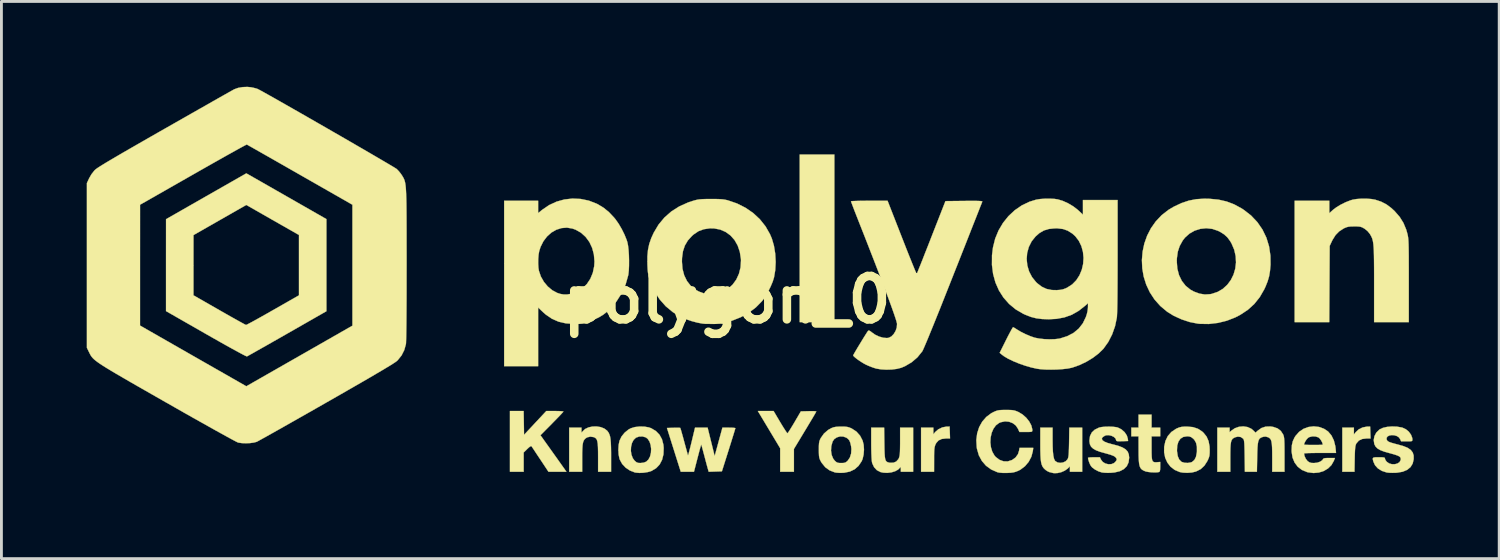
<source format=kicad_pcb>
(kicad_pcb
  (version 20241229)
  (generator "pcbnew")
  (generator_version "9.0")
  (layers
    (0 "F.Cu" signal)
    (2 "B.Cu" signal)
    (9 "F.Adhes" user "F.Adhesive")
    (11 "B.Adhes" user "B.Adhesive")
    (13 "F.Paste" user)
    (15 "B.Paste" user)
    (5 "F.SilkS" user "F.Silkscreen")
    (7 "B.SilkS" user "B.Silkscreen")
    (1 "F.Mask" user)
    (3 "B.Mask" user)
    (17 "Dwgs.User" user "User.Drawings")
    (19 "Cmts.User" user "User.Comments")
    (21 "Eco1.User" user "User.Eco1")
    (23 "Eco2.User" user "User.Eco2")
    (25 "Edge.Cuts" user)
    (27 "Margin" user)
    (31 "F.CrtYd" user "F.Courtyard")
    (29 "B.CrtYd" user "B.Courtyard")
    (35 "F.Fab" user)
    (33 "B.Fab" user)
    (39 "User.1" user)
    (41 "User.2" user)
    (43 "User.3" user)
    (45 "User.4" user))
  (footprint "polygon_00"
    (layer "F.Cu")
    (at 23.233 7.487)
    (property "Reference" "polygon_00" (at 0 0 0) (layer "F.SilkS") (effects (font (size 1.524 1.524) (thickness 0.3))))
    (attr through_hole)
    (fp_poly (pts (xy 3.048 0.787) (xy 1.829 0.787) (xy 1.829 -5.105) (xy 3.048 -5.105) (xy 3.048 0.787)) (stroke (width 0.01) (type solid)) (fill yes) (layer "F.SilkS"))
    (fp_poly (pts (xy 7.114 4.877) (xy 6.967 4.877) (xy 6.822 4.894) (xy 6.712 4.945) (xy 6.63 5.035) (xy 6.603 5.087) (xy 6.585 5.134) (xy 6.571 5.188) (xy 6.562 5.258) (xy 6.557 5.352) (xy 6.554 5.48) (xy 6.554 5.62) (xy 6.553 6.045) (xy 6.096 6.045) (xy 6.096 4.496) (xy 6.528 4.496) (xy 6.528 4.728) (xy 6.594 4.649) (xy 6.706 4.552) (xy 6.844 4.487) (xy 6.983 4.461) (xy 7.099 4.458) (xy 7.114 4.877)) (stroke (width 0.01) (type solid)) (fill yes) (layer "F.SilkS"))
    (fp_poly (pts (xy 21.897 4.877) (xy 21.75 4.877) (xy 21.602 4.895) (xy 21.488 4.949) (xy 21.405 5.042) (xy 21.394 5.06) (xy 21.377 5.099) (xy 21.364 5.15) (xy 21.355 5.221) (xy 21.348 5.319) (xy 21.343 5.454) (xy 21.34 5.594) (xy 21.332 6.045) (xy 20.904 6.045) (xy 20.904 4.496) (xy 21.311 4.496) (xy 21.311 4.616) (xy 21.311 4.737) (xy 21.377 4.654) (xy 21.482 4.557) (xy 21.616 4.49) (xy 21.76 4.462) (xy 21.766 4.461) (xy 21.882 4.458) (xy 21.897 4.877)) (stroke (width 0.01) (type solid)) (fill yes) (layer "F.SilkS"))
    (fp_poly (pts (xy 1.145 4.306) (xy 1.221 4.432) (xy 1.289 4.54) (xy 1.344 4.625) (xy 1.383 4.678) (xy 1.401 4.694) (xy 1.42 4.67) (xy 1.461 4.61) (xy 1.517 4.52) (xy 1.586 4.408) (xy 1.647 4.305) (xy 1.87 3.924) (xy 2.142 3.917) (xy 2.252 3.916) (xy 2.341 3.917) (xy 2.398 3.922) (xy 2.413 3.927) (xy 2.4 3.952) (xy 2.365 4.015) (xy 2.309 4.111) (xy 2.236 4.233) (xy 2.15 4.377) (xy 2.054 4.537) (xy 2.019 4.595) (xy 1.626 5.246) (xy 1.626 6.045) (xy 1.143 6.045) (xy 1.143 5.632) (xy 1.143 5.22) (xy 0.358 3.912) (xy 0.912 3.912) (xy 1.145 4.306)) (stroke (width 0.01) (type solid)) (fill yes) (layer "F.SilkS"))
    (fp_poly (pts (xy 14.199 4.496) (xy 14.503 4.496) (xy 14.503 4.801) (xy 14.199 4.801) (xy 14.199 5.218) (xy 14.2 5.39) (xy 14.204 5.518) (xy 14.214 5.608) (xy 14.233 5.666) (xy 14.263 5.699) (xy 14.306 5.712) (xy 14.365 5.713) (xy 14.393 5.711) (xy 14.503 5.702) (xy 14.503 5.871) (xy 14.5 5.968) (xy 14.49 6.025) (xy 14.47 6.052) (xy 14.463 6.055) (xy 14.4 6.067) (xy 14.305 6.07) (xy 14.195 6.066) (xy 14.089 6.055) (xy 14.005 6.039) (xy 13.987 6.034) (xy 13.913 6.003) (xy 13.855 5.967) (xy 13.812 5.919) (xy 13.781 5.852) (xy 13.761 5.76) (xy 13.749 5.636) (xy 13.743 5.475) (xy 13.742 5.27) (xy 13.742 5.264) (xy 13.741 4.801) (xy 13.487 4.801) (xy 13.487 4.496) (xy 13.741 4.496) (xy 13.741 4.039) (xy 14.199 4.039) (xy 14.199 4.496)) (stroke (width 0.01) (type solid)) (fill yes) (layer "F.SilkS"))
    (fp_poly (pts (xy -7.868 4.33) (xy -7.861 4.749) (xy -7.47 4.33) (xy -7.079 3.912) (xy -6.778 3.912) (xy -6.661 3.913) (xy -6.566 3.917) (xy -6.501 3.923) (xy -6.477 3.93) (xy -6.477 3.93) (xy -6.494 3.953) (xy -6.542 4.006) (xy -6.616 4.085) (xy -6.711 4.183) (xy -6.821 4.295) (xy -6.88 4.356) (xy -7.284 4.763) (xy -6.931 5.258) (xy -6.825 5.407) (xy -6.722 5.551) (xy -6.629 5.682) (xy -6.551 5.792) (xy -6.494 5.872) (xy -6.475 5.899) (xy -6.372 6.045) (xy -7.003 6.045) (xy -7.292 5.61) (xy -7.381 5.477) (xy -7.46 5.358) (xy -7.525 5.259) (xy -7.573 5.188) (xy -7.598 5.15) (xy -7.6 5.147) (xy -7.627 5.147) (xy -7.682 5.185) (xy -7.746 5.244) (xy -7.874 5.37) (xy -7.874 6.045) (xy -8.357 6.045) (xy -8.357 3.912) (xy -7.875 3.912) (xy -7.868 4.33)) (stroke (width 0.01) (type solid)) (fill yes) (layer "F.SilkS"))
    (fp_poly (pts (xy -5.168 4.477) (xy -5.04 4.527) (xy -4.94 4.603) (xy -4.93 4.615) (xy -4.891 4.669) (xy -4.861 4.731) (xy -4.837 4.806) (xy -4.821 4.902) (xy -4.81 5.025) (xy -4.804 5.182) (xy -4.801 5.38) (xy -4.801 5.5) (xy -4.801 6.045) (xy -5.258 6.045) (xy -5.258 5.536) (xy -5.259 5.335) (xy -5.263 5.177) (xy -5.271 5.058) (xy -5.286 4.972) (xy -5.307 4.911) (xy -5.337 4.871) (xy -5.378 4.844) (xy -5.418 4.828) (xy -5.534 4.812) (xy -5.643 4.838) (xy -5.699 4.874) (xy -5.738 4.913) (xy -5.767 4.96) (xy -5.788 5.023) (xy -5.803 5.109) (xy -5.811 5.224) (xy -5.816 5.376) (xy -5.817 5.562) (xy -5.817 6.045) (xy -6.274 6.045) (xy -6.274 4.496) (xy -5.842 4.496) (xy -5.842 4.59) (xy -5.841 4.65) (xy -5.833 4.666) (xy -5.812 4.642) (xy -5.802 4.628) (xy -5.715 4.545) (xy -5.596 4.488) (xy -5.458 4.458) (xy -5.311 4.454) (xy -5.168 4.477)) (stroke (width 0.01) (type solid)) (fill yes) (layer "F.SilkS"))
    (fp_poly (pts (xy 10.719 4.924) (xy 10.722 5.154) (xy 10.73 5.337) (xy 10.745 5.478) (xy 10.767 5.581) (xy 10.797 5.649) (xy 10.811 5.668) (xy 10.888 5.718) (xy 10.985 5.735) (xy 11.087 5.721) (xy 11.179 5.678) (xy 11.244 5.609) (xy 11.246 5.605) (xy 11.262 5.569) (xy 11.274 5.521) (xy 11.283 5.454) (xy 11.289 5.359) (xy 11.294 5.231) (xy 11.298 5.061) (xy 11.299 5.01) (xy 11.307 4.496) (xy 11.76 4.496) (xy 11.76 6.045) (xy 11.328 6.045) (xy 11.328 5.857) (xy 11.246 5.938) (xy 11.145 6.009) (xy 11.02 6.063) (xy 10.887 6.093) (xy 10.764 6.096) (xy 10.706 6.084) (xy 10.664 6.072) (xy 10.611 6.06) (xy 10.549 6.033) (xy 10.477 5.986) (xy 10.453 5.966) (xy 10.404 5.918) (xy 10.366 5.864) (xy 10.337 5.798) (xy 10.316 5.713) (xy 10.301 5.603) (xy 10.293 5.462) (xy 10.288 5.282) (xy 10.287 5.063) (xy 10.287 4.496) (xy 10.719 4.496) (xy 10.719 4.924)) (stroke (width 0.01) (type solid)) (fill yes) (layer "F.SilkS"))
    (fp_poly (pts (xy 4.806 5.052) (xy 4.809 5.25) (xy 4.814 5.403) (xy 4.822 5.517) (xy 4.835 5.599) (xy 4.855 5.655) (xy 4.883 5.69) (xy 4.921 5.712) (xy 4.971 5.725) (xy 4.993 5.73) (xy 5.116 5.731) (xy 5.219 5.69) (xy 5.295 5.608) (xy 5.311 5.579) (xy 5.328 5.535) (xy 5.34 5.486) (xy 5.349 5.421) (xy 5.354 5.333) (xy 5.357 5.214) (xy 5.359 5.056) (xy 5.359 4.985) (xy 5.359 4.496) (xy 5.817 4.496) (xy 5.817 6.045) (xy 5.385 6.045) (xy 5.384 5.95) (xy 5.381 5.893) (xy 5.372 5.88) (xy 5.358 5.899) (xy 5.289 5.971) (xy 5.183 6.029) (xy 5.053 6.068) (xy 4.91 6.086) (xy 4.768 6.079) (xy 4.669 6.057) (xy 4.543 5.992) (xy 4.445 5.887) (xy 4.381 5.752) (xy 4.37 5.709) (xy 4.362 5.647) (xy 4.355 5.543) (xy 4.349 5.408) (xy 4.345 5.251) (xy 4.343 5.082) (xy 4.343 5.041) (xy 4.343 4.496) (xy 4.798 4.496) (xy 4.806 5.052)) (stroke (width 0.01) (type solid)) (fill yes) (layer "F.SilkS"))
    (fp_poly (pts (xy -16.216 -3.639) (xy -14.808 -2.834) (xy -14.808 0.403) (xy -16.187 1.191) (xy -16.43 1.33) (xy -16.661 1.461) (xy -16.875 1.583) (xy -17.07 1.693) (xy -17.24 1.789) (xy -17.382 1.87) (xy -17.492 1.931) (xy -17.566 1.973) (xy -17.601 1.991) (xy -17.603 1.992) (xy -17.631 1.982) (xy -17.7 1.949) (xy -17.805 1.894) (xy -17.943 1.819) (xy -18.11 1.728) (xy -18.303 1.621) (xy -18.519 1.5) (xy -18.752 1.368) (xy -19 1.227) (xy -19.044 1.202) (xy -20.447 0.399) (xy -20.447 -0.156) (xy -19.482 -0.156) (xy -18.574 0.364) (xy -18.377 0.476) (xy -18.194 0.58) (xy -18.028 0.673) (xy -17.885 0.753) (xy -17.77 0.816) (xy -17.687 0.861) (xy -17.641 0.884) (xy -17.634 0.886) (xy -17.605 0.875) (xy -17.538 0.84) (xy -17.436 0.786) (xy -17.304 0.714) (xy -17.148 0.627) (xy -16.971 0.528) (xy -16.78 0.419) (xy -16.687 0.366) (xy -15.773 -0.156) (xy -15.773 -2.276) (xy -16.699 -2.804) (xy -17.625 -3.333) (xy -18.553 -2.803) (xy -19.481 -2.273) (xy -19.482 -1.215) (xy -19.482 -0.156) (xy -20.447 -0.156) (xy -20.447 -1.216) (xy -20.446 -2.832) (xy -19.035 -3.638) (xy -17.624 -4.443) (xy -16.216 -3.639)) (stroke (width 0.01) (type solid)) (fill yes) (layer "F.SilkS"))
    (fp_poly (pts (xy -3.633 4.46) (xy -3.476 4.487) (xy -3.391 4.517) (xy -3.225 4.616) (xy -3.099 4.745) (xy -3.012 4.905) (xy -2.962 5.098) (xy -2.952 5.211) (xy -2.96 5.433) (xy -3.008 5.626) (xy -3.093 5.789) (xy -3.216 5.92) (xy -3.375 6.016) (xy -3.381 6.019) (xy -3.506 6.057) (xy -3.655 6.081) (xy -3.807 6.088) (xy -3.941 6.076) (xy -3.969 6.07) (xy -4.139 6.004) (xy -4.29 5.902) (xy -4.411 5.773) (xy -4.494 5.623) (xy -4.509 5.58) (xy -4.537 5.434) (xy -4.543 5.311) (xy -4.106 5.311) (xy -4.085 5.449) (xy -4.037 5.573) (xy -3.975 5.657) (xy -3.913 5.71) (xy -3.853 5.735) (xy -3.769 5.74) (xy -3.768 5.74) (xy -3.653 5.726) (xy -3.567 5.693) (xy -3.487 5.616) (xy -3.431 5.509) (xy -3.4 5.38) (xy -3.393 5.243) (xy -3.41 5.108) (xy -3.45 4.986) (xy -3.514 4.89) (xy -3.58 4.839) (xy -3.693 4.806) (xy -3.816 4.809) (xy -3.925 4.848) (xy -3.926 4.848) (xy -4.009 4.927) (xy -4.067 5.038) (xy -4.099 5.17) (xy -4.106 5.311) (xy -4.543 5.311) (xy -4.545 5.267) (xy -4.535 5.1) (xy -4.505 4.957) (xy -4.504 4.954) (xy -4.434 4.808) (xy -4.326 4.674) (xy -4.194 4.566) (xy -4.109 4.519) (xy -3.968 4.476) (xy -3.803 4.457) (xy -3.633 4.46)) (stroke (width 0.01) (type solid)) (fill yes) (layer "F.SilkS"))
    (fp_poly (pts (xy 15.65 4.477) (xy 15.826 4.534) (xy 15.976 4.631) (xy 16.025 4.676) (xy 16.133 4.811) (xy 16.202 4.969) (xy 16.237 5.156) (xy 16.242 5.271) (xy 16.241 5.387) (xy 16.234 5.471) (xy 16.216 5.542) (xy 16.184 5.62) (xy 16.158 5.674) (xy 16.055 5.834) (xy 15.924 5.955) (xy 15.759 6.038) (xy 15.753 6.04) (xy 15.614 6.073) (xy 15.453 6.085) (xy 15.293 6.077) (xy 15.189 6.057) (xy 15.015 5.984) (xy 14.869 5.873) (xy 14.756 5.728) (xy 14.678 5.557) (xy 14.64 5.363) (xy 14.641 5.297) (xy 15.092 5.297) (xy 15.094 5.334) (xy 15.119 5.497) (xy 15.17 5.617) (xy 15.247 5.694) (xy 15.259 5.701) (xy 15.357 5.731) (xy 15.473 5.737) (xy 15.583 5.718) (xy 15.622 5.702) (xy 15.703 5.633) (xy 15.759 5.525) (xy 15.789 5.374) (xy 15.793 5.334) (xy 15.792 5.163) (xy 15.762 5.029) (xy 15.701 4.923) (xy 15.658 4.879) (xy 15.589 4.828) (xy 15.52 4.805) (xy 15.443 4.801) (xy 15.315 4.822) (xy 15.214 4.885) (xy 15.143 4.987) (xy 15.101 5.125) (xy 15.092 5.297) (xy 14.641 5.297) (xy 14.642 5.169) (xy 14.686 4.965) (xy 14.77 4.791) (xy 14.894 4.649) (xy 15.057 4.539) (xy 15.087 4.524) (xy 15.172 4.489) (xy 15.254 4.469) (xy 15.352 4.46) (xy 15.443 4.459) (xy 15.65 4.477)) (stroke (width 0.01) (type solid)) (fill yes) (layer "F.SilkS"))
    (fp_poly (pts (xy -1.284 4.996) (xy -1.16 5.497) (xy -1.05 5.092) (xy -1.011 4.948) (xy -0.974 4.814) (xy -0.943 4.701) (xy -0.921 4.62) (xy -0.913 4.591) (xy -0.887 4.496) (xy -0.659 4.496) (xy -0.559 4.498) (xy -0.481 4.503) (xy -0.438 4.511) (xy -0.432 4.515) (xy -0.44 4.543) (xy -0.461 4.613) (xy -0.493 4.72) (xy -0.536 4.857) (xy -0.586 5.019) (xy -0.643 5.199) (xy -0.669 5.283) (xy -0.906 6.032) (xy -1.37 6.047) (xy -1.408 5.913) (xy -1.429 5.837) (xy -1.459 5.726) (xy -1.494 5.594) (xy -1.53 5.456) (xy -1.535 5.439) (xy -1.568 5.315) (xy -1.596 5.21) (xy -1.618 5.134) (xy -1.63 5.094) (xy -1.631 5.091) (xy -1.64 5.112) (xy -1.659 5.175) (xy -1.686 5.272) (xy -1.719 5.397) (xy -1.757 5.542) (xy -1.763 5.564) (xy -1.887 6.045) (xy -2.352 6.045) (xy -2.837 4.508) (xy -2.609 4.501) (xy -2.507 4.499) (xy -2.426 4.5) (xy -2.378 4.503) (xy -2.37 4.505) (xy -2.36 4.532) (xy -2.339 4.6) (xy -2.31 4.702) (xy -2.274 4.83) (xy -2.235 4.975) (xy -2.233 4.982) (xy -2.193 5.13) (xy -2.157 5.26) (xy -2.128 5.367) (xy -2.108 5.44) (xy -2.099 5.473) (xy -2.099 5.474) (xy -2.091 5.458) (xy -2.073 5.4) (xy -2.048 5.306) (xy -2.016 5.183) (xy -1.98 5.038) (xy -1.97 4.997) (xy -1.85 4.496) (xy -1.408 4.496) (xy -1.284 4.996)) (stroke (width 0.01) (type solid)) (fill yes) (layer "F.SilkS"))
    (fp_poly (pts (xy 3.41 4.461) (xy 3.497 4.47) (xy 3.57 4.489) (xy 3.646 4.521) (xy 3.664 4.53) (xy 3.825 4.636) (xy 3.952 4.779) (xy 4.041 4.951) (xy 4.078 5.1) (xy 4.089 5.27) (xy 4.076 5.443) (xy 4.04 5.6) (xy 4.007 5.677) (xy 3.898 5.839) (xy 3.76 5.96) (xy 3.593 6.04) (xy 3.394 6.081) (xy 3.344 6.084) (xy 3.237 6.086) (xy 3.135 6.08) (xy 3.067 6.07) (xy 2.882 5.999) (xy 2.727 5.887) (xy 2.602 5.733) (xy 2.562 5.664) (xy 2.535 5.606) (xy 2.517 5.548) (xy 2.507 5.476) (xy 2.503 5.377) (xy 2.502 5.302) (xy 2.93 5.302) (xy 2.952 5.454) (xy 3.005 5.584) (xy 3.061 5.657) (xy 3.116 5.706) (xy 3.167 5.731) (xy 3.236 5.74) (xy 3.289 5.74) (xy 3.377 5.737) (xy 3.436 5.722) (xy 3.486 5.687) (xy 3.518 5.657) (xy 3.593 5.547) (xy 3.637 5.407) (xy 3.647 5.247) (xy 3.635 5.145) (xy 3.608 5.028) (xy 3.576 4.948) (xy 3.529 4.892) (xy 3.472 4.85) (xy 3.362 4.809) (xy 3.245 4.806) (xy 3.134 4.838) (xy 3.042 4.901) (xy 2.986 4.985) (xy 2.941 5.142) (xy 2.93 5.302) (xy 2.502 5.302) (xy 2.502 5.271) (xy 2.503 5.143) (xy 2.508 5.053) (xy 2.519 4.986) (xy 2.538 4.928) (xy 2.568 4.866) (xy 2.57 4.862) (xy 2.682 4.704) (xy 2.83 4.576) (xy 2.945 4.512) (xy 3.022 4.483) (xy 3.108 4.467) (xy 3.22 4.46) (xy 3.29 4.459) (xy 3.41 4.461)) (stroke (width 0.01) (type solid)) (fill yes) (layer "F.SilkS"))
    (fp_poly (pts (xy 21.754 -3.553) (xy 21.921 -3.541) (xy 22.058 -3.517) (xy 22.06 -3.517) (xy 22.271 -3.447) (xy 22.456 -3.351) (xy 22.631 -3.22) (xy 22.746 -3.113) (xy 22.921 -2.912) (xy 23.053 -2.7) (xy 23.151 -2.464) (xy 23.19 -2.326) (xy 23.201 -2.281) (xy 23.21 -2.235) (xy 23.218 -2.184) (xy 23.224 -2.123) (xy 23.229 -2.048) (xy 23.233 -1.955) (xy 23.236 -1.838) (xy 23.238 -1.694) (xy 23.24 -1.518) (xy 23.24 -1.306) (xy 23.241 -1.053) (xy 23.241 -0.755) (xy 23.241 -0.669) (xy 23.241 0.787) (xy 22.022 0.787) (xy 22.022 -0.553) (xy 22.022 -0.87) (xy 22.021 -1.14) (xy 22.019 -1.368) (xy 22.016 -1.559) (xy 22.012 -1.716) (xy 22.005 -1.845) (xy 21.996 -1.95) (xy 21.984 -2.035) (xy 21.969 -2.104) (xy 21.951 -2.163) (xy 21.928 -2.215) (xy 21.901 -2.265) (xy 21.874 -2.311) (xy 21.797 -2.407) (xy 21.697 -2.49) (xy 21.68 -2.501) (xy 21.616 -2.538) (xy 21.559 -2.561) (xy 21.495 -2.573) (xy 21.406 -2.578) (xy 21.325 -2.578) (xy 21.208 -2.576) (xy 21.123 -2.568) (xy 21.053 -2.55) (xy 20.98 -2.52) (xy 20.947 -2.503) (xy 20.794 -2.404) (xy 20.667 -2.274) (xy 20.561 -2.105) (xy 20.539 -2.061) (xy 20.46 -1.892) (xy 20.445 0.787) (xy 19.228 0.787) (xy 19.228 -3.48) (xy 20.447 -3.48) (xy 20.447 -3.043) (xy 20.577 -3.16) (xy 20.697 -3.251) (xy 20.85 -3.343) (xy 21.017 -3.426) (xy 21.183 -3.491) (xy 21.271 -3.518) (xy 21.41 -3.541) (xy 21.577 -3.553) (xy 21.754 -3.553)) (stroke (width 0.01) (type solid)) (fill yes) (layer "F.SilkS"))
    (fp_poly (pts (xy 17.572 4.475) (xy 17.703 4.534) (xy 17.768 4.588) (xy 17.854 4.673) (xy 17.925 4.607) (xy 18.06 4.51) (xy 18.209 4.46) (xy 18.377 4.455) (xy 18.475 4.47) (xy 18.627 4.522) (xy 18.742 4.611) (xy 18.824 4.736) (xy 18.824 4.736) (xy 18.839 4.774) (xy 18.851 4.819) (xy 18.859 4.877) (xy 18.865 4.957) (xy 18.869 5.063) (xy 18.871 5.205) (xy 18.872 5.389) (xy 18.872 5.442) (xy 18.872 6.045) (xy 18.44 6.045) (xy 18.44 5.556) (xy 18.439 5.353) (xy 18.435 5.194) (xy 18.427 5.073) (xy 18.413 4.984) (xy 18.392 4.922) (xy 18.363 4.879) (xy 18.325 4.849) (xy 18.294 4.834) (xy 18.214 4.81) (xy 18.14 4.815) (xy 18.105 4.824) (xy 18.049 4.845) (xy 18.006 4.873) (xy 17.974 4.915) (xy 17.95 4.977) (xy 17.934 5.065) (xy 17.923 5.185) (xy 17.916 5.345) (xy 17.912 5.531) (xy 17.902 6.045) (xy 17.479 6.045) (xy 17.471 5.489) (xy 17.468 5.305) (xy 17.464 5.165) (xy 17.46 5.061) (xy 17.453 4.989) (xy 17.445 4.94) (xy 17.433 4.907) (xy 17.419 4.884) (xy 17.415 4.881) (xy 17.333 4.825) (xy 17.23 4.812) (xy 17.137 4.835) (xy 17.084 4.861) (xy 17.043 4.893) (xy 17.013 4.937) (xy 16.992 5.001) (xy 16.979 5.091) (xy 16.971 5.212) (xy 16.968 5.373) (xy 16.967 5.536) (xy 16.967 6.045) (xy 16.51 6.045) (xy 16.51 4.496) (xy 16.942 4.496) (xy 16.942 4.657) (xy 16.999 4.605) (xy 17.127 4.517) (xy 17.272 4.466) (xy 17.425 4.452) (xy 17.572 4.475)) (stroke (width 0.01) (type solid)) (fill yes) (layer "F.SilkS"))
    (fp_poly (pts (xy 9.209 3.875) (xy 9.301 3.88) (xy 9.373 3.892) (xy 9.439 3.913) (xy 9.515 3.945) (xy 9.52 3.947) (xy 9.664 4.034) (xy 9.792 4.147) (xy 9.897 4.279) (xy 9.971 4.417) (xy 10.006 4.554) (xy 10.008 4.589) (xy 10.005 4.617) (xy 9.992 4.635) (xy 9.957 4.644) (xy 9.891 4.648) (xy 9.785 4.648) (xy 9.78 4.648) (xy 9.553 4.648) (xy 9.504 4.538) (xy 9.427 4.422) (xy 9.318 4.338) (xy 9.187 4.288) (xy 9.044 4.276) (xy 8.899 4.306) (xy 8.837 4.332) (xy 8.726 4.416) (xy 8.639 4.536) (xy 8.577 4.681) (xy 8.541 4.844) (xy 8.532 5.014) (xy 8.551 5.182) (xy 8.598 5.339) (xy 8.675 5.474) (xy 8.721 5.528) (xy 8.852 5.627) (xy 8.993 5.679) (xy 9.141 5.683) (xy 9.289 5.636) (xy 9.297 5.632) (xy 9.417 5.546) (xy 9.502 5.428) (xy 9.541 5.304) (xy 9.557 5.207) (xy 10.04 5.207) (xy 10.024 5.326) (xy 9.973 5.519) (xy 9.879 5.697) (xy 9.75 5.85) (xy 9.592 5.971) (xy 9.519 6.009) (xy 9.428 6.046) (xy 9.343 6.069) (xy 9.246 6.082) (xy 9.119 6.088) (xy 8.966 6.088) (xy 8.843 6.077) (xy 8.776 6.062) (xy 8.559 5.966) (xy 8.378 5.834) (xy 8.234 5.667) (xy 8.127 5.469) (xy 8.061 5.24) (xy 8.052 5.18) (xy 8.038 4.932) (xy 8.068 4.697) (xy 8.138 4.479) (xy 8.246 4.285) (xy 8.389 4.12) (xy 8.564 3.989) (xy 8.649 3.945) (xy 8.722 3.913) (xy 8.788 3.892) (xy 8.859 3.88) (xy 8.952 3.875) (xy 9.081 3.874) (xy 9.209 3.875)) (stroke (width 0.01) (type solid)) (fill yes) (layer "F.SilkS"))
    (fp_poly (pts (xy 20.086 4.472) (xy 20.26 4.535) (xy 20.406 4.633) (xy 20.522 4.771) (xy 20.607 4.945) (xy 20.659 5.149) (xy 20.668 5.223) (xy 20.683 5.385) (xy 20.12 5.385) (xy 19.958 5.386) (xy 19.813 5.388) (xy 19.695 5.391) (xy 19.609 5.396) (xy 19.564 5.401) (xy 19.558 5.404) (xy 19.576 5.494) (xy 19.62 5.59) (xy 19.679 5.667) (xy 19.688 5.675) (xy 19.748 5.716) (xy 19.815 5.736) (xy 19.906 5.74) (xy 20.022 5.728) (xy 20.124 5.693) (xy 20.198 5.643) (xy 20.228 5.6) (xy 20.248 5.58) (xy 20.297 5.568) (xy 20.382 5.563) (xy 20.444 5.563) (xy 20.646 5.563) (xy 20.606 5.664) (xy 20.522 5.812) (xy 20.402 5.931) (xy 20.252 6.02) (xy 20.08 6.074) (xy 19.894 6.091) (xy 19.701 6.067) (xy 19.661 6.057) (xy 19.484 5.983) (xy 19.338 5.871) (xy 19.228 5.726) (xy 19.155 5.55) (xy 19.123 5.348) (xy 19.121 5.296) (xy 19.13 5.12) (xy 19.136 5.092) (xy 19.558 5.092) (xy 19.582 5.097) (xy 19.647 5.101) (xy 19.744 5.104) (xy 19.864 5.105) (xy 19.888 5.105) (xy 20.011 5.105) (xy 20.113 5.102) (xy 20.185 5.099) (xy 20.218 5.094) (xy 20.218 5.093) (xy 20.202 5.029) (xy 20.163 4.951) (xy 20.112 4.88) (xy 20.064 4.838) (xy 19.961 4.806) (xy 19.847 4.803) (xy 19.744 4.829) (xy 19.698 4.856) (xy 19.648 4.909) (xy 19.601 4.981) (xy 19.567 5.052) (xy 19.558 5.092) (xy 19.136 5.092) (xy 19.163 4.974) (xy 19.225 4.841) (xy 19.26 4.786) (xy 19.386 4.643) (xy 19.539 4.538) (xy 19.712 4.474) (xy 19.898 4.451) (xy 20.086 4.472)) (stroke (width 0.01) (type solid)) (fill yes) (layer "F.SilkS"))
    (fp_poly (pts (xy 12.84 4.465) (xy 12.954 4.479) (xy 13.013 4.493) (xy 13.144 4.56) (xy 13.253 4.657) (xy 13.33 4.774) (xy 13.364 4.889) (xy 13.373 4.966) (xy 13.164 4.973) (xy 13.059 4.975) (xy 12.996 4.972) (xy 12.964 4.962) (xy 12.954 4.944) (xy 12.954 4.94) (xy 12.931 4.876) (xy 12.871 4.821) (xy 12.786 4.781) (xy 12.692 4.76) (xy 12.601 4.765) (xy 12.558 4.78) (xy 12.479 4.831) (xy 12.45 4.884) (xy 12.47 4.936) (xy 12.537 4.987) (xy 12.652 5.035) (xy 12.811 5.079) (xy 12.819 5.08) (xy 13.018 5.132) (xy 13.171 5.19) (xy 13.282 5.256) (xy 13.356 5.335) (xy 13.397 5.431) (xy 13.411 5.547) (xy 13.411 5.555) (xy 13.39 5.717) (xy 13.328 5.85) (xy 13.224 5.953) (xy 13.08 6.028) (xy 12.895 6.072) (xy 12.77 6.083) (xy 12.655 6.086) (xy 12.543 6.081) (xy 12.458 6.072) (xy 12.45 6.07) (xy 12.329 6.031) (xy 12.211 5.97) (xy 12.113 5.897) (xy 12.07 5.848) (xy 12.034 5.784) (xy 11.999 5.698) (xy 11.973 5.614) (xy 11.964 5.556) (xy 11.987 5.548) (xy 12.049 5.541) (xy 12.139 5.538) (xy 12.173 5.538) (xy 12.383 5.538) (xy 12.421 5.62) (xy 12.483 5.701) (xy 12.573 5.756) (xy 12.679 5.783) (xy 12.785 5.779) (xy 12.878 5.742) (xy 12.928 5.697) (xy 12.969 5.638) (xy 12.973 5.594) (xy 12.94 5.547) (xy 12.922 5.528) (xy 12.862 5.489) (xy 12.757 5.449) (xy 12.605 5.405) (xy 12.589 5.401) (xy 12.397 5.348) (xy 12.251 5.294) (xy 12.145 5.234) (xy 12.073 5.166) (xy 12.032 5.084) (xy 12.015 4.984) (xy 12.014 4.946) (xy 12.035 4.792) (xy 12.097 4.666) (xy 12.201 4.568) (xy 12.349 4.496) (xy 12.357 4.493) (xy 12.447 4.474) (xy 12.57 4.463) (xy 12.706 4.46) (xy 12.84 4.465)) (stroke (width 0.01) (type solid)) (fill yes) (layer "F.SilkS"))
    (fp_poly (pts (xy 16.237 -3.549) (xy 16.551 -3.519) (xy 16.836 -3.454) (xy 17.104 -3.352) (xy 17.368 -3.208) (xy 17.435 -3.164) (xy 17.696 -2.962) (xy 17.917 -2.728) (xy 18.097 -2.467) (xy 18.235 -2.182) (xy 18.329 -1.875) (xy 18.377 -1.548) (xy 18.381 -1.232) (xy 18.362 -1.014) (xy 18.331 -0.827) (xy 18.28 -0.651) (xy 18.207 -0.467) (xy 18.161 -0.368) (xy 18.002 -0.092) (xy 17.81 0.148) (xy 17.581 0.356) (xy 17.312 0.533) (xy 17.144 0.62) (xy 16.847 0.736) (xy 16.532 0.814) (xy 16.212 0.852) (xy 15.899 0.847) (xy 15.822 0.839) (xy 15.536 0.783) (xy 15.249 0.688) (xy 14.976 0.563) (xy 14.749 0.423) (xy 14.506 0.22) (xy 14.302 -0.01) (xy 14.137 -0.262) (xy 14.011 -0.531) (xy 13.922 -0.813) (xy 13.872 -1.103) (xy 13.861 -1.347) (xy 15.085 -1.347) (xy 15.104 -1.094) (xy 15.164 -0.865) (xy 15.262 -0.663) (xy 15.396 -0.491) (xy 15.564 -0.355) (xy 15.686 -0.288) (xy 15.883 -0.215) (xy 16.07 -0.185) (xy 16.258 -0.196) (xy 16.312 -0.206) (xy 16.52 -0.275) (xy 16.703 -0.382) (xy 16.859 -0.524) (xy 16.985 -0.693) (xy 17.08 -0.885) (xy 17.141 -1.093) (xy 17.167 -1.311) (xy 17.155 -1.535) (xy 17.104 -1.759) (xy 17.011 -1.976) (xy 16.96 -2.063) (xy 16.863 -2.194) (xy 16.752 -2.296) (xy 16.613 -2.384) (xy 16.537 -2.422) (xy 16.333 -2.491) (xy 16.123 -2.514) (xy 15.914 -2.492) (xy 15.714 -2.429) (xy 15.532 -2.326) (xy 15.374 -2.185) (xy 15.292 -2.079) (xy 15.187 -1.889) (xy 15.12 -1.687) (xy 15.089 -1.461) (xy 15.085 -1.347) (xy 13.861 -1.347) (xy 13.859 -1.397) (xy 13.884 -1.69) (xy 13.945 -1.977) (xy 14.043 -2.253) (xy 14.178 -2.515) (xy 14.349 -2.757) (xy 14.555 -2.975) (xy 14.797 -3.163) (xy 14.989 -3.276) (xy 15.255 -3.4) (xy 15.51 -3.485) (xy 15.77 -3.535) (xy 16.049 -3.553) (xy 16.237 -3.549)) (stroke (width 0.01) (type solid)) (fill yes) (layer "F.SilkS"))
    (fp_poly (pts (xy -5.869 -3.543) (xy -5.585 -3.484) (xy -5.31 -3.378) (xy -5.263 -3.354) (xy -5.059 -3.23) (xy -4.874 -3.078) (xy -4.696 -2.889) (xy -4.643 -2.824) (xy -4.533 -2.667) (xy -4.425 -2.482) (xy -4.329 -2.288) (xy -4.254 -2.102) (xy -4.228 -2.019) (xy -4.205 -1.903) (xy -4.187 -1.749) (xy -4.175 -1.571) (xy -4.17 -1.384) (xy -4.171 -1.199) (xy -4.178 -1.032) (xy -4.193 -0.894) (xy -4.2 -0.857) (xy -4.293 -0.528) (xy -4.432 -0.221) (xy -4.616 0.064) (xy -4.846 0.326) (xy -4.852 0.333) (xy -4.97 0.443) (xy -5.078 0.526) (xy -5.195 0.598) (xy -5.288 0.646) (xy -5.492 0.737) (xy -5.678 0.798) (xy -5.862 0.833) (xy -6.065 0.848) (xy -6.109 0.848) (xy -6.391 0.83) (xy -6.647 0.771) (xy -6.88 0.669) (xy -7.096 0.522) (xy -7.189 0.44) (xy -7.366 0.273) (xy -7.366 2.337) (xy -8.56 2.337) (xy -8.56 -1.27) (xy -7.364 -1.27) (xy -7.355 -1.12) (xy -7.339 -1.019) (xy -7.27 -0.817) (xy -7.164 -0.63) (xy -7.028 -0.467) (xy -6.869 -0.334) (xy -6.694 -0.24) (xy -6.585 -0.205) (xy -6.46 -0.184) (xy -6.341 -0.186) (xy -6.203 -0.21) (xy -6.194 -0.212) (xy -5.988 -0.286) (xy -5.807 -0.401) (xy -5.653 -0.552) (xy -5.531 -0.735) (xy -5.444 -0.945) (xy -5.395 -1.178) (xy -5.385 -1.344) (xy -5.406 -1.593) (xy -5.467 -1.823) (xy -5.565 -2.031) (xy -5.697 -2.209) (xy -5.858 -2.355) (xy -6.047 -2.462) (xy -6.161 -2.503) (xy -6.355 -2.535) (xy -6.546 -2.519) (xy -6.73 -2.46) (xy -6.9 -2.361) (xy -7.052 -2.225) (xy -7.18 -2.057) (xy -7.28 -1.859) (xy -7.327 -1.714) (xy -7.35 -1.587) (xy -7.362 -1.433) (xy -7.364 -1.27) (xy -8.56 -1.27) (xy -8.56 -3.48) (xy -7.366 -3.48) (xy -7.366 -3.045) (xy -7.221 -3.163) (xy -6.98 -3.327) (xy -6.719 -3.448) (xy -6.442 -3.525) (xy -6.157 -3.557) (xy -5.869 -3.543)) (stroke (width 0.01) (type solid)) (fill yes) (layer "F.SilkS"))
    (fp_poly (pts (xy 22.823 4.461) (xy 22.991 4.49) (xy 23.019 4.497) (xy 23.138 4.552) (xy 23.241 4.638) (xy 23.319 4.745) (xy 23.363 4.861) (xy 23.368 4.914) (xy 23.366 4.946) (xy 23.352 4.965) (xy 23.317 4.975) (xy 23.25 4.978) (xy 23.169 4.978) (xy 22.971 4.978) (xy 22.934 4.896) (xy 22.887 4.832) (xy 22.815 4.789) (xy 22.729 4.764) (xy 22.641 4.758) (xy 22.56 4.772) (xy 22.497 4.804) (xy 22.462 4.854) (xy 22.462 4.908) (xy 22.477 4.944) (xy 22.506 4.974) (xy 22.557 5.002) (xy 22.637 5.03) (xy 22.754 5.063) (xy 22.87 5.093) (xy 23.063 5.149) (xy 23.21 5.211) (xy 23.314 5.285) (xy 23.38 5.372) (xy 23.412 5.478) (xy 23.413 5.603) (xy 23.378 5.757) (xy 23.302 5.883) (xy 23.185 5.979) (xy 23.029 6.045) (xy 22.835 6.079) (xy 22.782 6.083) (xy 22.667 6.085) (xy 22.557 6.082) (xy 22.473 6.073) (xy 22.462 6.071) (xy 22.294 6.016) (xy 22.156 5.93) (xy 22.055 5.819) (xy 21.998 5.695) (xy 21.978 5.621) (xy 21.976 5.575) (xy 21.998 5.55) (xy 22.053 5.539) (xy 22.149 5.537) (xy 22.187 5.537) (xy 22.292 5.538) (xy 22.357 5.543) (xy 22.39 5.553) (xy 22.402 5.572) (xy 22.403 5.585) (xy 22.42 5.633) (xy 22.462 5.691) (xy 22.469 5.698) (xy 22.551 5.754) (xy 22.649 5.781) (xy 22.75 5.782) (xy 22.842 5.757) (xy 22.914 5.71) (xy 22.953 5.641) (xy 22.957 5.621) (xy 22.956 5.574) (xy 22.94 5.536) (xy 22.901 5.503) (xy 22.833 5.472) (xy 22.731 5.438) (xy 22.587 5.398) (xy 22.543 5.386) (xy 22.367 5.336) (xy 22.235 5.284) (xy 22.14 5.228) (xy 22.075 5.163) (xy 22.033 5.084) (xy 22.028 5.069) (xy 22.008 4.933) (xy 22.033 4.797) (xy 22.099 4.671) (xy 22.203 4.568) (xy 22.22 4.556) (xy 22.333 4.503) (xy 22.481 4.469) (xy 22.649 4.455) (xy 22.823 4.461)) (stroke (width 0.01) (type solid)) (fill yes) (layer "F.SilkS"))
    (fp_poly (pts (xy -1.119 -3.541) (xy -0.983 -3.537) (xy -0.875 -3.529) (xy -0.785 -3.515) (xy -0.702 -3.496) (xy -0.701 -3.496) (xy -0.374 -3.384) (xy -0.075 -3.233) (xy 0.194 -3.048) (xy 0.429 -2.829) (xy 0.627 -2.581) (xy 0.784 -2.306) (xy 0.85 -2.152) (xy 0.924 -1.898) (xy 0.969 -1.619) (xy 0.985 -1.328) (xy 0.97 -1.042) (xy 0.927 -0.787) (xy 0.88 -0.636) (xy 0.807 -0.463) (xy 0.718 -0.285) (xy 0.621 -0.117) (xy 0.524 0.024) (xy 0.502 0.051) (xy 0.288 0.269) (xy 0.04 0.457) (xy -0.238 0.612) (xy -0.537 0.731) (xy -0.851 0.812) (xy -1.173 0.851) (xy -1.496 0.847) (xy -1.589 0.838) (xy -1.766 0.805) (xy -1.965 0.752) (xy -2.162 0.685) (xy -2.336 0.61) (xy -2.349 0.604) (xy -2.631 0.435) (xy -2.881 0.228) (xy -3.095 -0.014) (xy -3.272 -0.287) (xy -3.408 -0.589) (xy -3.433 -0.66) (xy -3.466 -0.767) (xy -3.49 -0.86) (xy -3.505 -0.955) (xy -3.516 -1.065) (xy -3.523 -1.207) (xy -3.525 -1.263) (xy -3.525 -1.343) (xy -2.311 -1.343) (xy -2.291 -1.088) (xy -2.231 -0.858) (xy -2.132 -0.656) (xy -1.998 -0.486) (xy -1.829 -0.351) (xy -1.713 -0.288) (xy -1.515 -0.215) (xy -1.329 -0.185) (xy -1.14 -0.196) (xy -1.087 -0.206) (xy -0.876 -0.275) (xy -0.689 -0.385) (xy -0.529 -0.532) (xy -0.4 -0.709) (xy -0.306 -0.913) (xy -0.25 -1.138) (xy -0.235 -1.378) (xy -0.237 -1.435) (xy -0.276 -1.685) (xy -0.352 -1.907) (xy -0.462 -2.1) (xy -0.604 -2.26) (xy -0.773 -2.383) (xy -0.967 -2.467) (xy -1.182 -2.508) (xy -1.33 -2.51) (xy -1.542 -2.479) (xy -1.728 -2.41) (xy -1.898 -2.296) (xy -1.957 -2.244) (xy -2.103 -2.083) (xy -2.208 -1.905) (xy -2.275 -1.704) (xy -2.307 -1.473) (xy -2.311 -1.343) (xy -3.525 -1.343) (xy -3.525 -1.524) (xy -3.504 -1.751) (xy -3.46 -1.96) (xy -3.389 -2.166) (xy -3.301 -2.358) (xy -3.132 -2.642) (xy -2.926 -2.89) (xy -2.684 -3.103) (xy -2.407 -3.279) (xy -2.094 -3.42) (xy -1.943 -3.47) (xy -1.852 -3.497) (xy -1.773 -3.516) (xy -1.693 -3.528) (xy -1.601 -3.536) (xy -1.484 -3.54) (xy -1.332 -3.542) (xy -1.295 -3.542) (xy -1.119 -3.541)) (stroke (width 0.01) (type solid)) (fill yes) (layer "F.SilkS"))
    (fp_poly (pts (xy 5.424 -2.186) (xy 5.519 -1.944) (xy 5.608 -1.717) (xy 5.691 -1.509) (xy 5.765 -1.326) (xy 5.828 -1.17) (xy 5.879 -1.046) (xy 5.916 -0.959) (xy 5.938 -0.912) (xy 5.943 -0.905) (xy 5.954 -0.93) (xy 5.982 -0.999) (xy 6.025 -1.106) (xy 6.082 -1.247) (xy 6.15 -1.418) (xy 6.227 -1.615) (xy 6.313 -1.832) (xy 6.405 -2.066) (xy 6.454 -2.193) (xy 6.953 -3.467) (xy 7.607 -3.474) (xy 7.812 -3.476) (xy 7.972 -3.476) (xy 8.09 -3.474) (xy 8.172 -3.47) (xy 8.222 -3.465) (xy 8.246 -3.456) (xy 8.248 -3.448) (xy 8.237 -3.421) (xy 8.209 -3.349) (xy 8.164 -3.237) (xy 8.105 -3.086) (xy 8.032 -2.9) (xy 7.946 -2.683) (xy 7.849 -2.437) (xy 7.742 -2.165) (xy 7.626 -1.871) (xy 7.502 -1.557) (xy 7.372 -1.228) (xy 7.236 -0.885) (xy 7.228 -0.864) (xy 7.068 -0.46) (xy 6.918 -0.082) (xy 6.779 0.269) (xy 6.65 0.589) (xy 6.534 0.877) (xy 6.43 1.131) (xy 6.341 1.349) (xy 6.266 1.528) (xy 6.207 1.666) (xy 6.164 1.762) (xy 6.139 1.813) (xy 6.136 1.816) (xy 5.969 2.023) (xy 5.765 2.198) (xy 5.532 2.335) (xy 5.396 2.392) (xy 5.246 2.43) (xy 5.066 2.453) (xy 4.872 2.458) (xy 4.684 2.447) (xy 4.518 2.419) (xy 4.505 2.415) (xy 4.385 2.376) (xy 4.252 2.324) (xy 4.15 2.278) (xy 4.058 2.227) (xy 3.96 2.165) (xy 3.866 2.101) (xy 3.787 2.04) (xy 3.731 1.99) (xy 3.708 1.958) (xy 3.708 1.957) (xy 3.721 1.93) (xy 3.756 1.868) (xy 3.808 1.779) (xy 3.871 1.672) (xy 3.943 1.555) (xy 4.016 1.435) (xy 4.086 1.32) (xy 4.149 1.22) (xy 4.199 1.142) (xy 4.232 1.094) (xy 4.24 1.084) (xy 4.275 1.084) (xy 4.337 1.123) (xy 4.36 1.143) (xy 4.481 1.229) (xy 4.62 1.294) (xy 4.763 1.335) (xy 4.895 1.346) (xy 4.96 1.337) (xy 5.052 1.29) (xy 5.134 1.206) (xy 5.2 1.096) (xy 5.242 0.974) (xy 5.251 0.853) (xy 5.25 0.839) (xy 5.235 0.775) (xy 5.202 0.665) (xy 5.15 0.51) (xy 5.08 0.312) (xy 4.993 0.071) (xy 4.888 -0.211) (xy 4.767 -0.533) (xy 4.629 -0.894) (xy 4.475 -1.294) (xy 4.305 -1.73) (xy 4.121 -2.202) (xy 3.921 -2.709) (xy 3.863 -2.857) (xy 3.799 -3.019) (xy 3.742 -3.165) (xy 3.695 -3.289) (xy 3.659 -3.384) (xy 3.637 -3.443) (xy 3.632 -3.461) (xy 3.656 -3.466) (xy 3.725 -3.47) (xy 3.83 -3.474) (xy 3.966 -3.477) (xy 4.126 -3.479) (xy 4.275 -3.48) (xy 4.918 -3.48) (xy 5.424 -2.186)) (stroke (width 0.01) (type solid)) (fill yes) (layer "F.SilkS"))
    (fp_poly (pts (xy 10.788 -3.545) (xy 10.902 -3.528) (xy 11.078 -3.475) (xy 11.266 -3.39) (xy 11.447 -3.282) (xy 11.604 -3.161) (xy 11.62 -3.146) (xy 11.786 -2.991) (xy 11.786 -3.505) (xy 13.005 -3.505) (xy 13.005 -1.539) (xy 13.004 -1.126) (xy 13.003 -0.752) (xy 13.001 -0.419) (xy 12.999 -0.129) (xy 12.996 0.117) (xy 12.992 0.319) (xy 12.987 0.473) (xy 12.982 0.579) (xy 12.978 0.627) (xy 12.915 0.929) (xy 12.813 1.218) (xy 12.677 1.484) (xy 12.511 1.716) (xy 12.501 1.728) (xy 12.338 1.888) (xy 12.137 2.041) (xy 11.909 2.179) (xy 11.667 2.295) (xy 11.424 2.381) (xy 11.392 2.39) (xy 11.25 2.419) (xy 11.073 2.439) (xy 10.873 2.453) (xy 10.666 2.457) (xy 10.465 2.454) (xy 10.285 2.441) (xy 10.173 2.425) (xy 9.965 2.379) (xy 9.749 2.316) (xy 9.535 2.241) (xy 9.333 2.158) (xy 9.154 2.072) (xy 9.009 1.985) (xy 8.944 1.937) (xy 8.859 1.866) (xy 9.084 1.415) (xy 9.153 1.278) (xy 9.217 1.157) (xy 9.269 1.06) (xy 9.308 0.994) (xy 9.328 0.966) (xy 9.33 0.965) (xy 9.361 0.979) (xy 9.418 1.013) (xy 9.463 1.043) (xy 9.598 1.124) (xy 9.761 1.206) (xy 9.929 1.278) (xy 10.082 1.331) (xy 10.097 1.335) (xy 10.249 1.365) (xy 10.428 1.384) (xy 10.615 1.391) (xy 10.794 1.386) (xy 10.946 1.369) (xy 10.983 1.361) (xy 11.239 1.279) (xy 11.457 1.164) (xy 11.638 1.014) (xy 11.782 0.829) (xy 11.889 0.609) (xy 11.922 0.51) (xy 11.947 0.404) (xy 11.961 0.293) (xy 11.963 0.246) (xy 11.963 0.121) (xy 11.867 0.208) (xy 11.636 0.39) (xy 11.395 0.527) (xy 11.136 0.62) (xy 10.854 0.672) (xy 10.586 0.686) (xy 10.35 0.678) (xy 10.146 0.652) (xy 9.958 0.604) (xy 9.769 0.531) (xy 9.69 0.495) (xy 9.424 0.34) (xy 9.191 0.148) (xy 8.993 -0.076) (xy 8.833 -0.328) (xy 8.71 -0.607) (xy 8.628 -0.907) (xy 8.587 -1.227) (xy 8.589 -1.426) (xy 9.808 -1.426) (xy 9.831 -1.207) (xy 9.893 -0.995) (xy 9.996 -0.797) (xy 10.137 -0.621) (xy 10.182 -0.578) (xy 10.341 -0.457) (xy 10.507 -0.38) (xy 10.692 -0.342) (xy 10.862 -0.338) (xy 10.985 -0.347) (xy 11.08 -0.365) (xy 11.172 -0.398) (xy 11.234 -0.427) (xy 11.409 -0.54) (xy 11.553 -0.687) (xy 11.665 -0.86) (xy 11.745 -1.053) (xy 11.793 -1.259) (xy 11.807 -1.471) (xy 11.787 -1.681) (xy 11.732 -1.883) (xy 11.642 -2.07) (xy 11.516 -2.234) (xy 11.41 -2.328) (xy 11.251 -2.428) (xy 11.082 -2.487) (xy 10.89 -2.51) (xy 10.782 -2.509) (xy 10.582 -2.487) (xy 10.413 -2.435) (xy 10.261 -2.347) (xy 10.12 -2.224) (xy 9.981 -2.051) (xy 9.883 -1.855) (xy 9.825 -1.644) (xy 9.808 -1.426) (xy 8.589 -1.426) (xy 8.589 -1.561) (xy 8.624 -1.84) (xy 8.701 -2.148) (xy 8.82 -2.437) (xy 8.977 -2.702) (xy 9.168 -2.94) (xy 9.389 -3.146) (xy 9.636 -3.316) (xy 9.905 -3.445) (xy 10.139 -3.517) (xy 10.278 -3.54) (xy 10.446 -3.552) (xy 10.623 -3.554) (xy 10.788 -3.545)) (stroke (width 0.01) (type solid)) (fill yes) (layer "F.SilkS"))
    (fp_poly (pts (xy -17.464 -7.47) (xy -17.366 -7.45) (xy -17.277 -7.427) (xy -17.228 -7.41) (xy -17.184 -7.388) (xy -17.1 -7.343) (xy -16.981 -7.277) (xy -16.829 -7.192) (xy -16.647 -7.09) (xy -16.44 -6.972) (xy -16.211 -6.842) (xy -15.964 -6.701) (xy -15.701 -6.551) (xy -15.427 -6.394) (xy -15.145 -6.232) (xy -14.858 -6.067) (xy -14.571 -5.902) (xy -14.286 -5.738) (xy -14.008 -5.577) (xy -13.739 -5.421) (xy -13.483 -5.273) (xy -13.244 -5.134) (xy -13.025 -5.006) (xy -12.83 -4.892) (xy -12.662 -4.793) (xy -12.525 -4.712) (xy -12.422 -4.65) (xy -12.357 -4.609) (xy -12.335 -4.594) (xy -12.262 -4.518) (xy -12.187 -4.423) (xy -12.147 -4.363) (xy -12.123 -4.323) (xy -12.101 -4.285) (xy -12.082 -4.246) (xy -12.065 -4.204) (xy -12.051 -4.155) (xy -12.038 -4.097) (xy -12.027 -4.026) (xy -12.018 -3.939) (xy -12.011 -3.833) (xy -12.005 -3.707) (xy -12 -3.555) (xy -11.996 -3.376) (xy -11.994 -3.166) (xy -11.992 -2.922) (xy -11.991 -2.642) (xy -11.99 -2.323) (xy -11.99 -1.96) (xy -11.989 -1.552) (xy -11.989 -1.232) (xy -11.99 -0.801) (xy -11.99 -0.399) (xy -11.991 -0.028) (xy -11.993 0.311) (xy -11.995 0.614) (xy -11.997 0.879) (xy -12 1.105) (xy -12.003 1.289) (xy -12.007 1.428) (xy -12.01 1.521) (xy -12.014 1.562) (xy -12.071 1.767) (xy -12.167 1.958) (xy -12.297 2.12) (xy -12.329 2.151) (xy -12.369 2.182) (xy -12.441 2.23) (xy -12.546 2.297) (xy -12.685 2.381) (xy -12.858 2.485) (xy -13.069 2.609) (xy -13.316 2.754) (xy -13.603 2.92) (xy -13.93 3.108) (xy -14.299 3.32) (xy -14.71 3.555) (xy -14.811 3.612) (xy -15.131 3.795) (xy -15.44 3.971) (xy -15.735 4.138) (xy -16.013 4.296) (xy -16.271 4.442) (xy -16.506 4.575) (xy -16.715 4.692) (xy -16.894 4.793) (xy -17.042 4.875) (xy -17.154 4.937) (xy -17.228 4.978) (xy -17.259 4.994) (xy -17.36 5.021) (xy -17.493 5.039) (xy -17.639 5.045) (xy -17.78 5.04) (xy -17.898 5.023) (xy -17.916 5.018) (xy -17.955 5.001) (xy -18.034 4.96) (xy -18.152 4.897) (xy -18.304 4.814) (xy -18.488 4.712) (xy -18.702 4.594) (xy -18.941 4.46) (xy -19.203 4.313) (xy -19.485 4.155) (xy -19.784 3.986) (xy -20.096 3.808) (xy -20.419 3.624) (xy -20.431 3.618) (xy -20.821 3.395) (xy -21.171 3.195) (xy -21.481 3.018) (xy -21.754 2.861) (xy -21.993 2.722) (xy -22.201 2.601) (xy -22.379 2.495) (xy -22.531 2.403) (xy -22.659 2.323) (xy -22.765 2.254) (xy -22.852 2.193) (xy -22.922 2.14) (xy -22.978 2.093) (xy -23.022 2.05) (xy -23.057 2.009) (xy -23.086 1.969) (xy -23.11 1.928) (xy -23.132 1.885) (xy -23.154 1.84) (xy -23.228 1.689) (xy -23.228 0.907) (xy -21.361 0.907) (xy -19.493 1.975) (xy -17.624 3.042) (xy -15.759 1.977) (xy -13.894 0.911) (xy -13.894 -3.34) (xy -15.739 -4.394) (xy -16.021 -4.555) (xy -16.29 -4.709) (xy -16.543 -4.853) (xy -16.777 -4.987) (xy -16.989 -5.107) (xy -17.175 -5.213) (xy -17.332 -5.302) (xy -17.457 -5.373) (xy -17.546 -5.423) (xy -17.597 -5.452) (xy -17.607 -5.457) (xy -17.632 -5.446) (xy -17.698 -5.412) (xy -17.802 -5.356) (xy -17.939 -5.28) (xy -18.108 -5.186) (xy -18.305 -5.077) (xy -18.526 -4.952) (xy -18.768 -4.816) (xy -19.029 -4.668) (xy -19.304 -4.512) (xy -19.495 -4.403) (xy -21.36 -3.34) (xy -21.361 -1.216) (xy -21.361 0.907) (xy -23.228 0.907) (xy -23.228 -4.102) (xy -23.147 -4.274) (xy -23.066 -4.414) (xy -22.968 -4.539) (xy -22.941 -4.566) (xy -22.909 -4.593) (xy -22.856 -4.631) (xy -22.781 -4.68) (xy -22.68 -4.743) (xy -22.553 -4.821) (xy -22.396 -4.914) (xy -22.209 -5.024) (xy -21.989 -5.153) (xy -21.734 -5.3) (xy -21.442 -5.468) (xy -21.111 -5.658) (xy -20.74 -5.87) (xy -20.47 -6.024) (xy -20.15 -6.206) (xy -19.842 -6.381) (xy -19.548 -6.549) (xy -19.272 -6.706) (xy -19.015 -6.851) (xy -18.783 -6.984) (xy -18.576 -7.101) (xy -18.399 -7.201) (xy -18.254 -7.283) (xy -18.145 -7.344) (xy -18.074 -7.384) (xy -18.044 -7.4) (xy -17.913 -7.447) (xy -17.754 -7.475) (xy -17.588 -7.482) (xy -17.464 -7.47)) (stroke (width 0.01) (type solid)) (fill yes) (layer "F.SilkS")))
  (gr_rect
    (start -3 -3)
    (end 49.652 16.587)
    (stroke (width 0.1) (type default))
    (fill no)
    (layer "Edge.Cuts")))
</source>
